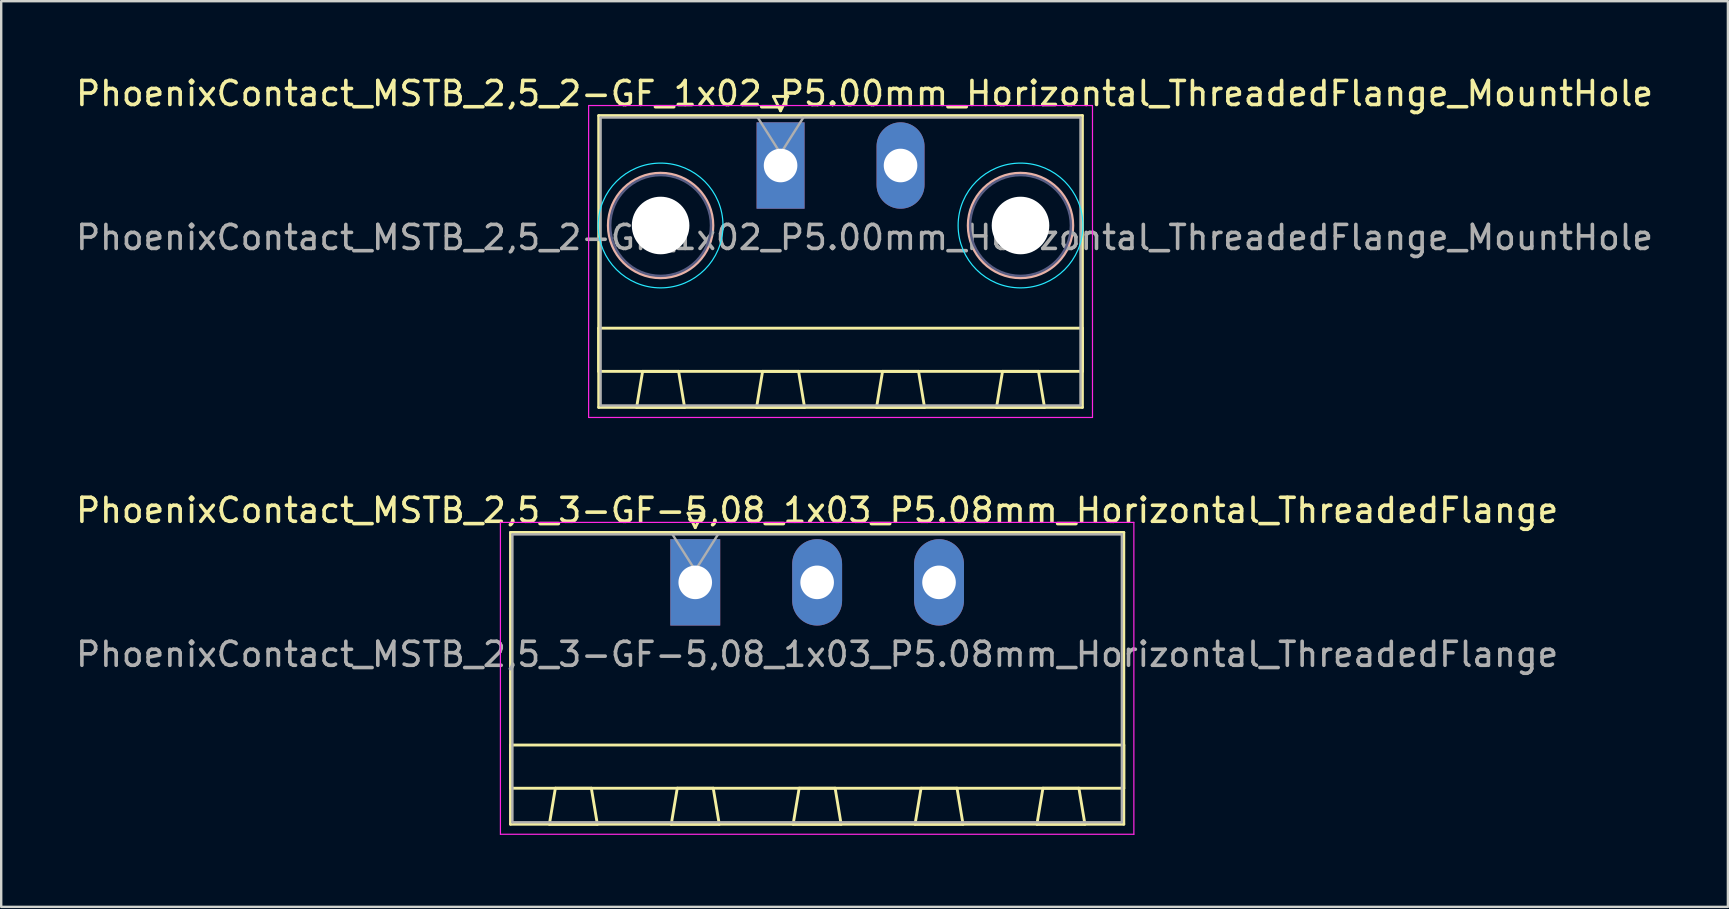
<source format=kicad_pcb>
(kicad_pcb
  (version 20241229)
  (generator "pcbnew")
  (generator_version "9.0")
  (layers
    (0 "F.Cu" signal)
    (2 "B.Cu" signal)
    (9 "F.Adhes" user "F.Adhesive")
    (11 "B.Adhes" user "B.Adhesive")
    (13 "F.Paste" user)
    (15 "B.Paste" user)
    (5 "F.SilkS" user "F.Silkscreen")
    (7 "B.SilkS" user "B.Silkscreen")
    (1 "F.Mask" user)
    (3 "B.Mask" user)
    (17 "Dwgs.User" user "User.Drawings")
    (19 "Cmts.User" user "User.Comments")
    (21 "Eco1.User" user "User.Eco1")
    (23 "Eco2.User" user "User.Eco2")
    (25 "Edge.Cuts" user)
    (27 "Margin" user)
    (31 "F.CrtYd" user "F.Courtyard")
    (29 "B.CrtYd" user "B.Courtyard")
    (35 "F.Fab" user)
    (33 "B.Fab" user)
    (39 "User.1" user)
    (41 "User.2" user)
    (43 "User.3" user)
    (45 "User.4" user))
  (footprint "PhoenixContact_MSTB_2,5_3-GF-5,08_1x03_P5.08mm_Horizontal_ThreadedFlange"
    (layer "F.Cu")
    (at 25.926 21.221)
    (property "Reference" "PhoenixContact_MSTB_2,5_3-GF-5,08_1x03_P5.08mm_Horizontal_ThreadedFlange" (at 5.08 -3 0) (layer "F.SilkS") (effects (font (size 1 1) (thickness 0.15))))
    (attr through_hole)
    (fp_line (start -7.7 -2.08) (end -7.7 10.08) (stroke (width 0.12) (type solid)) (layer "F.SilkS"))
    (fp_line (start -7.7 6.78) (end 17.86 6.78) (stroke (width 0.12) (type solid)) (layer "F.SilkS"))
    (fp_line (start -7.7 8.58) (end -7.7 6.78) (stroke (width 0.12) (type solid)) (layer "F.SilkS"))
    (fp_line (start -7.7 10.08) (end 17.86 10.08) (stroke (width 0.12) (type solid)) (layer "F.SilkS"))
    (fp_line (start -6.08 10.08) (end -4.08 10.08) (stroke (width 0.12) (type solid)) (layer "F.SilkS"))
    (fp_line (start -5.83 8.58) (end -6.08 10.08) (stroke (width 0.12) (type solid)) (layer "F.SilkS"))
    (fp_line (start -4.33 8.58) (end -5.83 8.58) (stroke (width 0.12) (type solid)) (layer "F.SilkS"))
    (fp_line (start -4.08 10.08) (end -4.33 8.58) (stroke (width 0.12) (type solid)) (layer "F.SilkS"))
    (fp_line (start -1 10.08) (end 1 10.08) (stroke (width 0.12) (type solid)) (layer "F.SilkS"))
    (fp_line (start -0.75 8.58) (end -1 10.08) (stroke (width 0.12) (type solid)) (layer "F.SilkS"))
    (fp_line (start -0.3 -2.88) (end 0.3 -2.88) (stroke (width 0.12) (type solid)) (layer "F.SilkS"))
    (fp_line (start 0 -2.28) (end -0.3 -2.88) (stroke (width 0.12) (type solid)) (layer "F.SilkS"))
    (fp_line (start 0.3 -2.88) (end 0 -2.28) (stroke (width 0.12) (type solid)) (layer "F.SilkS"))
    (fp_line (start 0.75 8.58) (end -0.75 8.58) (stroke (width 0.12) (type solid)) (layer "F.SilkS"))
    (fp_line (start 1 10.08) (end 0.75 8.58) (stroke (width 0.12) (type solid)) (layer "F.SilkS"))
    (fp_line (start 4.08 10.08) (end 6.08 10.08) (stroke (width 0.12) (type solid)) (layer "F.SilkS"))
    (fp_line (start 4.33 8.58) (end 4.08 10.08) (stroke (width 0.12) (type solid)) (layer "F.SilkS"))
    (fp_line (start 5.83 8.58) (end 4.33 8.58) (stroke (width 0.12) (type solid)) (layer "F.SilkS"))
    (fp_line (start 6.08 10.08) (end 5.83 8.58) (stroke (width 0.12) (type solid)) (layer "F.SilkS"))
    (fp_line (start 9.16 10.08) (end 11.16 10.08) (stroke (width 0.12) (type solid)) (layer "F.SilkS"))
    (fp_line (start 9.41 8.58) (end 9.16 10.08) (stroke (width 0.12) (type solid)) (layer "F.SilkS"))
    (fp_line (start 10.91 8.58) (end 9.41 8.58) (stroke (width 0.12) (type solid)) (layer "F.SilkS"))
    (fp_line (start 11.16 10.08) (end 10.91 8.58) (stroke (width 0.12) (type solid)) (layer "F.SilkS"))
    (fp_line (start 14.24 10.08) (end 16.24 10.08) (stroke (width 0.12) (type solid)) (layer "F.SilkS"))
    (fp_line (start 14.49 8.58) (end 14.24 10.08) (stroke (width 0.12) (type solid)) (layer "F.SilkS"))
    (fp_line (start 15.99 8.58) (end 14.49 8.58) (stroke (width 0.12) (type solid)) (layer "F.SilkS"))
    (fp_line (start 16.24 10.08) (end 15.99 8.58) (stroke (width 0.12) (type solid)) (layer "F.SilkS"))
    (fp_line (start 17.86 -2.08) (end -7.7 -2.08) (stroke (width 0.12) (type solid)) (layer "F.SilkS"))
    (fp_line (start 17.86 6.78) (end 17.86 8.58) (stroke (width 0.12) (type solid)) (layer "F.SilkS"))
    (fp_line (start 17.86 8.58) (end -7.7 8.58) (stroke (width 0.12) (type solid)) (layer "F.SilkS"))
    (fp_line (start 17.86 10.08) (end 17.86 -2.08) (stroke (width 0.12) (type solid)) (layer "F.SilkS"))
    (fp_line (start -8.12 -2.5) (end -8.12 10.5) (stroke (width 0.05) (type solid)) (layer "F.CrtYd"))
    (fp_line (start -8.12 10.5) (end 18.28 10.5) (stroke (width 0.05) (type solid)) (layer "F.CrtYd"))
    (fp_line (start 18.28 -2.5) (end -8.12 -2.5) (stroke (width 0.05) (type solid)) (layer "F.CrtYd"))
    (fp_line (start 18.28 10.5) (end 18.28 -2.5) (stroke (width 0.05) (type solid)) (layer "F.CrtYd"))
    (fp_line (start -7.62 -2) (end -7.62 10) (stroke (width 0.1) (type solid)) (layer "F.Fab"))
    (fp_line (start -7.62 10) (end 17.78 10) (stroke (width 0.1) (type solid)) (layer "F.Fab"))
    (fp_line (start 0 -0.5) (end -0.95 -2) (stroke (width 0.1) (type solid)) (layer "F.Fab"))
    (fp_line (start 0.95 -2) (end 0 -0.5) (stroke (width 0.1) (type solid)) (layer "F.Fab"))
    (fp_line (start 17.78 -2) (end -7.62 -2) (stroke (width 0.1) (type solid)) (layer "F.Fab"))
    (fp_line (start 17.78 10) (end 17.78 -2) (stroke (width 0.1) (type solid)) (layer "F.Fab"))
    (fp_text user "${REFERENCE}" (at 5.08 3 0) (layer "F.Fab") (effects (font (size 1 1) (thickness 0.15))))
    (pad "1" thru_hole rect (at 0 0) (size 2.08 3.6) (drill 1.4) (layers "*.Cu" "*.Mask"))
    (pad "2" thru_hole oval (at 5.08 0) (size 2.08 3.6) (drill 1.4) (layers "*.Cu" "*.Mask"))
    (pad "3" thru_hole oval (at 10.16 0) (size 2.08 3.6) (drill 1.4) (layers "*.Cu" "*.Mask")))
  (footprint "PhoenixContact_MSTB_2,5_2-GF_1x02_P5.00mm_Horizontal_ThreadedFlange_MountHole"
    (layer "F.Cu")
    (at 29.482 3.848)
    (property "Reference" "PhoenixContact_MSTB_2,5_2-GF_1x02_P5.00mm_Horizontal_ThreadedFlange_MountHole" (at 3.5 -3 0) (layer "F.SilkS") (effects (font (size 1 1) (thickness 0.15))))
    (attr through_hole)
    (fp_line (start -7.58 -2.08) (end -7.58 10.08) (stroke (width 0.12) (type solid)) (layer "F.SilkS"))
    (fp_line (start -7.58 6.78) (end 12.58 6.78) (stroke (width 0.12) (type solid)) (layer "F.SilkS"))
    (fp_line (start -7.58 8.58) (end -7.58 6.78) (stroke (width 0.12) (type solid)) (layer "F.SilkS"))
    (fp_line (start -7.58 10.08) (end 12.58 10.08) (stroke (width 0.12) (type solid)) (layer "F.SilkS"))
    (fp_line (start -6 10.08) (end -4 10.08) (stroke (width 0.12) (type solid)) (layer "F.SilkS"))
    (fp_line (start -5.75 8.58) (end -6 10.08) (stroke (width 0.12) (type solid)) (layer "F.SilkS"))
    (fp_line (start -4.25 8.58) (end -5.75 8.58) (stroke (width 0.12) (type solid)) (layer "F.SilkS"))
    (fp_line (start -4 10.08) (end -4.25 8.58) (stroke (width 0.12) (type solid)) (layer "F.SilkS"))
    (fp_line (start -1 10.08) (end 1 10.08) (stroke (width 0.12) (type solid)) (layer "F.SilkS"))
    (fp_line (start -0.75 8.58) (end -1 10.08) (stroke (width 0.12) (type solid)) (layer "F.SilkS"))
    (fp_line (start -0.3 -2.88) (end 0.3 -2.88) (stroke (width 0.12) (type solid)) (layer "F.SilkS"))
    (fp_line (start 0 -2.28) (end -0.3 -2.88) (stroke (width 0.12) (type solid)) (layer "F.SilkS"))
    (fp_line (start 0.3 -2.88) (end 0 -2.28) (stroke (width 0.12) (type solid)) (layer "F.SilkS"))
    (fp_line (start 0.75 8.58) (end -0.75 8.58) (stroke (width 0.12) (type solid)) (layer "F.SilkS"))
    (fp_line (start 1 10.08) (end 0.75 8.58) (stroke (width 0.12) (type solid)) (layer "F.SilkS"))
    (fp_line (start 4 10.08) (end 6 10.08) (stroke (width 0.12) (type solid)) (layer "F.SilkS"))
    (fp_line (start 4.25 8.58) (end 4 10.08) (stroke (width 0.12) (type solid)) (layer "F.SilkS"))
    (fp_line (start 5.75 8.58) (end 4.25 8.58) (stroke (width 0.12) (type solid)) (layer "F.SilkS"))
    (fp_line (start 6 10.08) (end 5.75 8.58) (stroke (width 0.12) (type solid)) (layer "F.SilkS"))
    (fp_line (start 9 10.08) (end 11 10.08) (stroke (width 0.12) (type solid)) (layer "F.SilkS"))
    (fp_line (start 9.25 8.58) (end 9 10.08) (stroke (width 0.12) (type solid)) (layer "F.SilkS"))
    (fp_line (start 10.75 8.58) (end 9.25 8.58) (stroke (width 0.12) (type solid)) (layer "F.SilkS"))
    (fp_line (start 11 10.08) (end 10.75 8.58) (stroke (width 0.12) (type solid)) (layer "F.SilkS"))
    (fp_line (start 12.58 -2.08) (end -7.58 -2.08) (stroke (width 0.12) (type solid)) (layer "F.SilkS"))
    (fp_line (start 12.58 6.78) (end 12.58 8.58) (stroke (width 0.12) (type solid)) (layer "F.SilkS"))
    (fp_line (start 12.58 8.58) (end -7.58 8.58) (stroke (width 0.12) (type solid)) (layer "F.SilkS"))
    (fp_line (start 12.58 10.08) (end 12.58 -2.08) (stroke (width 0.12) (type solid)) (layer "F.SilkS"))
    (fp_circle (center -5 2.5) (end -2.82 2.5) (stroke (width 0.12) (type solid)) (fill no) (layer "B.SilkS"))
    (fp_circle (center 10 2.5) (end 12.18 2.5) (stroke (width 0.12) (type solid)) (fill no) (layer "B.SilkS"))
    (fp_circle (center -5 2.5) (end -2.4 2.5) (stroke (width 0.05) (type solid)) (fill no) (layer "B.CrtYd"))
    (fp_circle (center 10 2.5) (end 12.6 2.5) (stroke (width 0.05) (type solid)) (fill no) (layer "B.CrtYd"))
    (fp_line (start -8 -2.5) (end -8 10.5) (stroke (width 0.05) (type solid)) (layer "F.CrtYd"))
    (fp_line (start -8 10.5) (end 13 10.5) (stroke (width 0.05) (type solid)) (layer "F.CrtYd"))
    (fp_line (start 13 -2.5) (end -8 -2.5) (stroke (width 0.05) (type solid)) (layer "F.CrtYd"))
    (fp_line (start 13 10.5) (end 13 -2.5) (stroke (width 0.05) (type solid)) (layer "F.CrtYd"))
    (fp_circle (center -5 2.5) (end -2.9 2.5) (stroke (width 0.1) (type solid)) (fill no) (layer "B.Fab"))
    (fp_circle (center 10 2.5) (end 12.1 2.5) (stroke (width 0.1) (type solid)) (fill no) (layer "B.Fab"))
    (fp_line (start -7.5 -2) (end -7.5 10) (stroke (width 0.1) (type solid)) (layer "F.Fab"))
    (fp_line (start -7.5 10) (end 12.5 10) (stroke (width 0.1) (type solid)) (layer "F.Fab"))
    (fp_line (start 0 -0.5) (end -0.95 -2) (stroke (width 0.1) (type solid)) (layer "F.Fab"))
    (fp_line (start 0.95 -2) (end 0 -0.5) (stroke (width 0.1) (type solid)) (layer "F.Fab"))
    (fp_line (start 12.5 -2) (end -7.5 -2) (stroke (width 0.1) (type solid)) (layer "F.Fab"))
    (fp_line (start 12.5 10) (end 12.5 -2) (stroke (width 0.1) (type solid)) (layer "F.Fab"))
    (fp_text user "${REFERENCE}" (at 3.5 3 0) (layer "F.Fab") (effects (font (size 1 1) (thickness 0.15))))
    (pad "" np_thru_hole circle (at -5 2.5) (size 2.4 2.4) (drill 2.4) (layers "*.Cu" "*.Mask"))
    (pad "" np_thru_hole circle (at 10 2.5) (size 2.4 2.4) (drill 2.4) (layers "*.Cu" "*.Mask"))
    (pad "1" thru_hole rect (at 0 0) (size 2 3.6) (drill 1.4) (layers "*.Cu" "*.Mask"))
    (pad "2" thru_hole oval (at 5 0) (size 2 3.6) (drill 1.4) (layers "*.Cu" "*.Mask")))
  (gr_rect
    (start -3 -3)
    (end 68.964 34.746)
    (stroke (width 0.1) (type default))
    (fill no)
    (layer "Edge.Cuts")))
</source>
